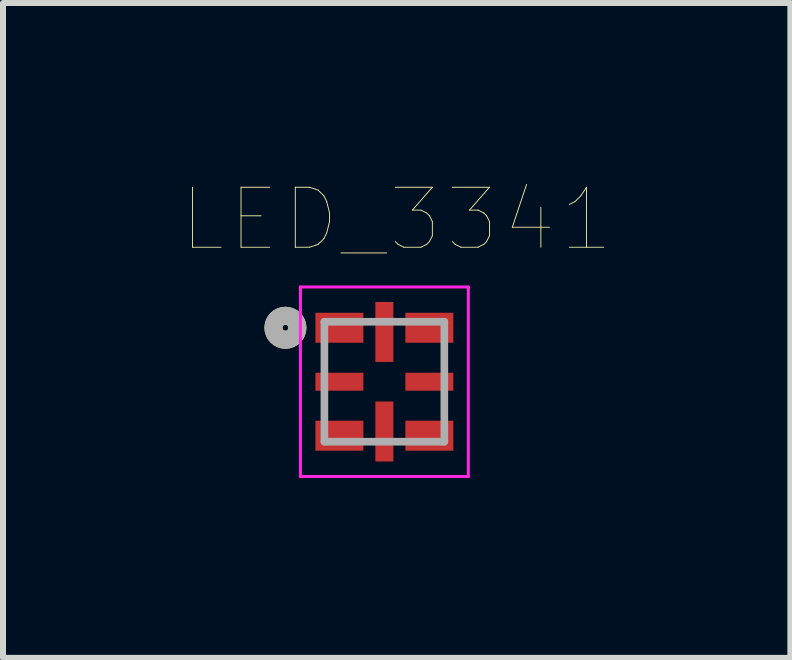
<source format=kicad_pcb>
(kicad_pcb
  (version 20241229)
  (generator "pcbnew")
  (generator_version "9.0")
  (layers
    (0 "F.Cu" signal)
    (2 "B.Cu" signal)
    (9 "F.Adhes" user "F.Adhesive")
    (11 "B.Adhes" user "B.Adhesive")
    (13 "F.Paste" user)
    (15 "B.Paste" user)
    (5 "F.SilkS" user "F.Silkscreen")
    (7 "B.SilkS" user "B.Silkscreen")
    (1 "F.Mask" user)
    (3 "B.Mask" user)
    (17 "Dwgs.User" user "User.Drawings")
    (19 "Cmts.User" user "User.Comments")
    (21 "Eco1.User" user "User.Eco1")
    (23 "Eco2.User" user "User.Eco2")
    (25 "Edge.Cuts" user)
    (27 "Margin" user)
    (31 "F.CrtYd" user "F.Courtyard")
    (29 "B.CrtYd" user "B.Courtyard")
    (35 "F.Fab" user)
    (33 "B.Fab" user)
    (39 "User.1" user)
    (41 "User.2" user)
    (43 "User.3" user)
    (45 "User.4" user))
  (footprint "LED_3341"
    (layer "F.Cu")
    (at 3.36 3.316)
    (property "Reference" "LED_3341" (at 0.205 -2.705 0) (layer "F.SilkS") (effects (font (size 1 1) (thickness 0.015))))
    (attr through_hole)
    (fp_circle (center -1.65 -0.9) (end -1.6 -0.9) (stroke (width 0.3) (type solid)) (fill no) (layer "F.SilkS"))
    (fp_line (start -1.4 -1.58) (end 1.4 -1.58) (stroke (width 0.05) (type solid)) (layer "F.CrtYd"))
    (fp_line (start -1.4 1.58) (end -1.4 -1.58) (stroke (width 0.05) (type solid)) (layer "F.CrtYd"))
    (fp_line (start 1.4 -1.58) (end 1.4 1.58) (stroke (width 0.05) (type solid)) (layer "F.CrtYd"))
    (fp_line (start 1.4 1.58) (end -1.4 1.58) (stroke (width 0.05) (type solid)) (layer "F.CrtYd"))
    (fp_line (start -1 -1) (end 1 -1) (stroke (width 0.127) (type solid)) (layer "F.Fab"))
    (fp_line (start -1 1) (end -1 -1) (stroke (width 0.127) (type solid)) (layer "F.Fab"))
    (fp_line (start 1 -1) (end 1 1) (stroke (width 0.127) (type solid)) (layer "F.Fab"))
    (fp_line (start 1 1) (end -1 1) (stroke (width 0.127) (type solid)) (layer "F.Fab"))
    (fp_circle (center -1.65 -0.9) (end -1.6 -0.9) (stroke (width 0.3) (type solid)) (fill no) (layer "F.Fab"))
    (pad "1" smd rect (at -0.75 -0.9) (size 0.8 0.5) (layers "F.Cu" "F.Mask" "F.Paste"))
    (pad "2" smd rect (at -0.75 0) (size 0.8 0.3) (layers "F.Cu" "F.Mask" "F.Paste"))
    (pad "3" smd rect (at -0.75 0.9) (size 0.8 0.5) (layers "F.Cu" "F.Mask" "F.Paste"))
    (pad "4" smd rect (at 0.75 0.9) (size 0.8 0.5) (layers "F.Cu" "F.Mask" "F.Paste"))
    (pad "5" smd rect (at 0.75 0) (size 0.8 0.3) (layers "F.Cu" "F.Mask" "F.Paste"))
    (pad "6" smd rect (at 0.75 -0.9) (size 0.8 0.5) (layers "F.Cu" "F.Mask" "F.Paste"))
    (pad "7" smd rect (at 0 0.83) (size 0.3 1) (layers "F.Cu" "F.Mask" "F.Paste"))
    (pad "8" smd rect (at 0 -0.83) (size 0.3 1) (layers "F.Cu" "F.Mask" "F.Paste")))
  (gr_rect
    (start -3 -3)
    (end 10.131 7.921)
    (stroke (width 0.1) (type default))
    (fill no)
    (layer "Edge.Cuts")))
</source>
